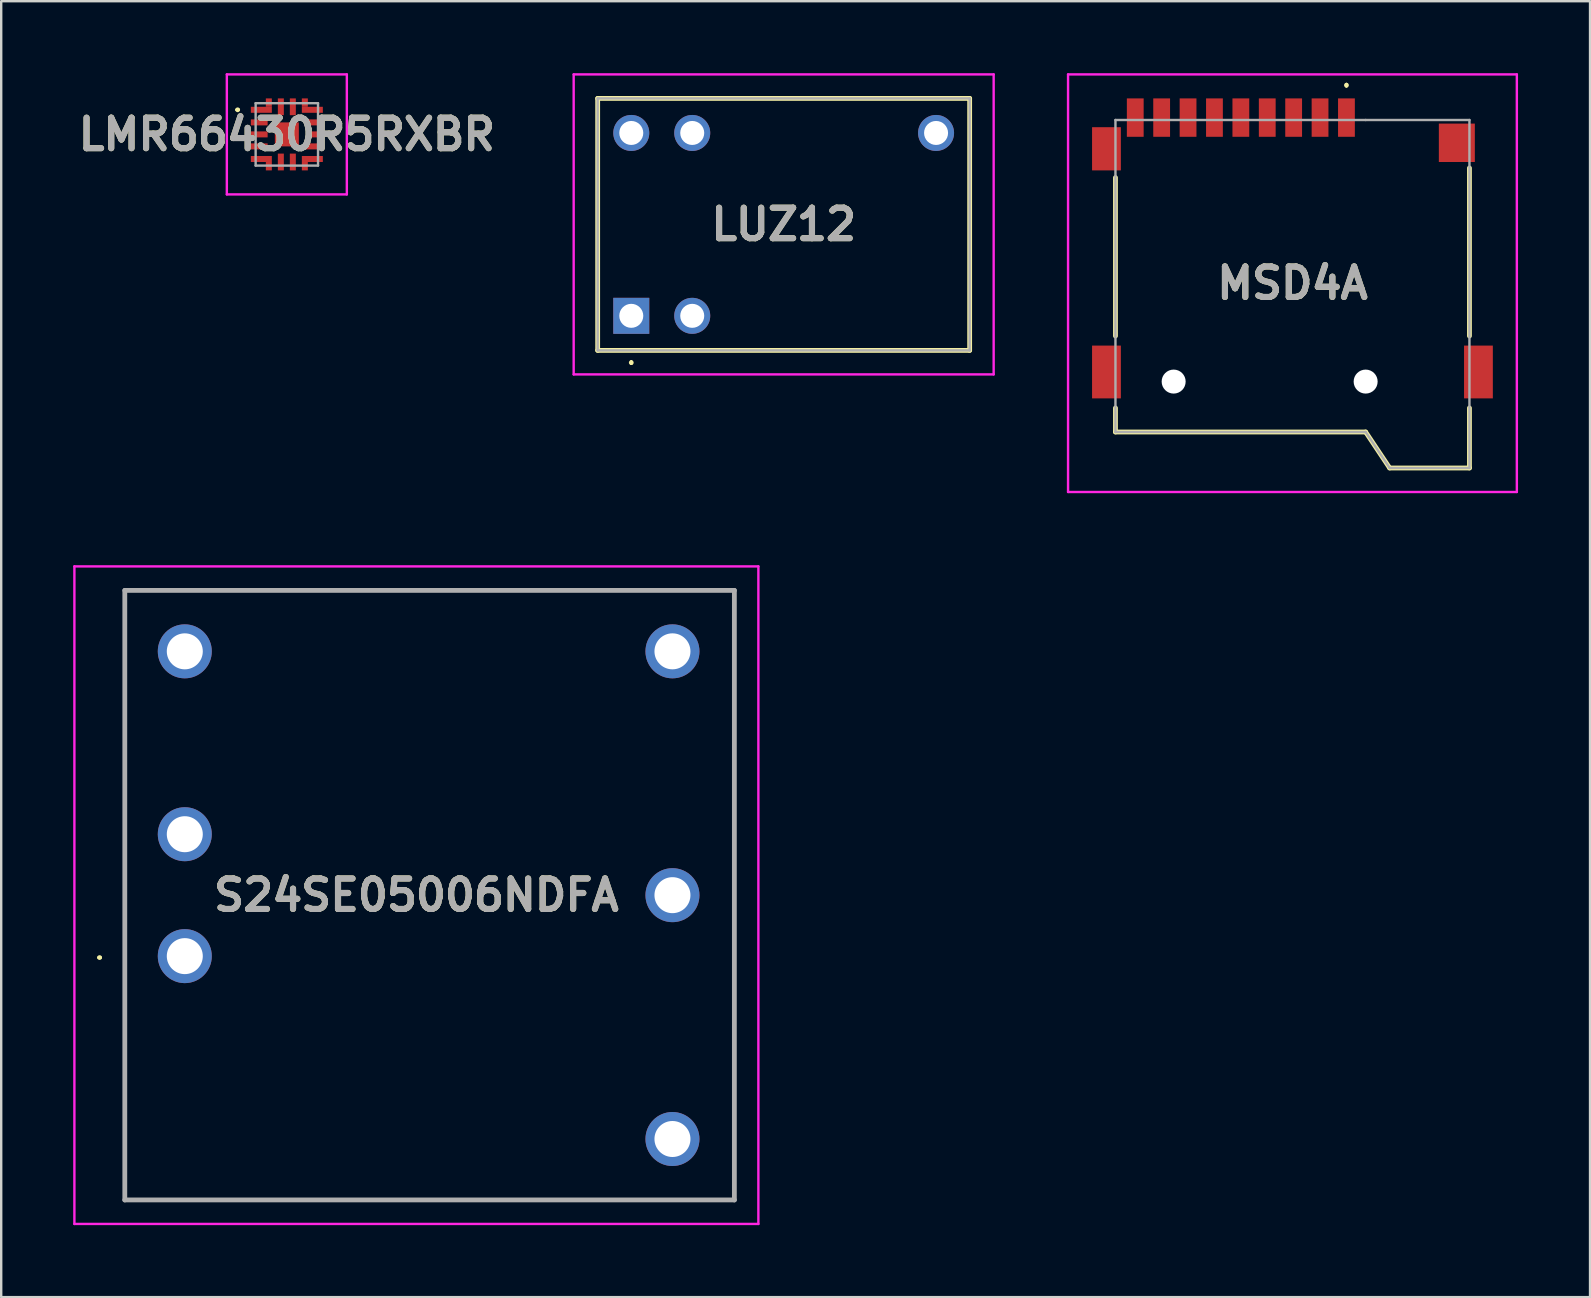
<source format=kicad_pcb>
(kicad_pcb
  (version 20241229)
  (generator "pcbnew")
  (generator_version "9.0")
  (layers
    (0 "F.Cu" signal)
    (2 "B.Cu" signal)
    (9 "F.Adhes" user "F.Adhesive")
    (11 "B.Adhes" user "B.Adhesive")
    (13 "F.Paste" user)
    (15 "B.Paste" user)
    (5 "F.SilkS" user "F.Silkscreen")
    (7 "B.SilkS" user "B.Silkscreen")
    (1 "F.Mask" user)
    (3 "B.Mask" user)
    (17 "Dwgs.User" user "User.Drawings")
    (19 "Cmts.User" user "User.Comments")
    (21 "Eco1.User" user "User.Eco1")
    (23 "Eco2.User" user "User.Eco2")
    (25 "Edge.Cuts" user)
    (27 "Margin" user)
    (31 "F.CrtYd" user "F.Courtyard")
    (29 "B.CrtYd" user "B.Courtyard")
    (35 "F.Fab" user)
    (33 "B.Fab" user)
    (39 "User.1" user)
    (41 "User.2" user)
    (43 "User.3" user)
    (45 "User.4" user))
  (footprint "S24SE05006NDFA"
    (layer "F.Cu")
    (at 14.3 34.25)
    (property "Reference" "S24SE05006NDFA" (at 0 0 0) (layer "F.SilkS") (effects (font (size 1.27 1.27) (thickness 0.254))))
    (attr through_hole)
    (fp_line (start -13.25 2.6) (end -13.25 2.6) (stroke (width 0.1) (type solid)) (layer "F.SilkS"))
    (fp_line (start -13.15 2.6) (end -13.15 2.6) (stroke (width 0.1) (type solid)) (layer "F.SilkS"))
    (fp_line (start -12.15 -12.7) (end 13.25 -12.7) (stroke (width 0.1) (type solid)) (layer "F.SilkS"))
    (fp_line (start -12.15 12.7) (end -12.15 -12.7) (stroke (width 0.1) (type solid)) (layer "F.SilkS"))
    (fp_line (start 13.25 -12.7) (end 13.25 12.7) (stroke (width 0.1) (type solid)) (layer "F.SilkS"))
    (fp_line (start 13.25 12.7) (end -12.15 12.7) (stroke (width 0.1) (type solid)) (layer "F.SilkS"))
    (fp_arc (start -13.25 2.6) (mid -13.2 2.55) (end -13.15 2.6) (stroke (width 0.1) (type solid)) (layer "F.SilkS"))
    (fp_arc (start -13.15 2.6) (mid -13.2 2.65) (end -13.25 2.6) (stroke (width 0.1) (type solid)) (layer "F.SilkS"))
    (fp_line (start -14.25 -13.7) (end 14.25 -13.7) (stroke (width 0.1) (type solid)) (layer "F.CrtYd"))
    (fp_line (start -14.25 13.7) (end -14.25 -13.7) (stroke (width 0.1) (type solid)) (layer "F.CrtYd"))
    (fp_line (start 14.25 -13.7) (end 14.25 13.7) (stroke (width 0.1) (type solid)) (layer "F.CrtYd"))
    (fp_line (start 14.25 13.7) (end -14.25 13.7) (stroke (width 0.1) (type solid)) (layer "F.CrtYd"))
    (fp_line (start -12.15 -12.7) (end 13.25 -12.7) (stroke (width 0.2) (type solid)) (layer "F.Fab"))
    (fp_line (start -12.15 12.7) (end -12.15 -12.7) (stroke (width 0.2) (type solid)) (layer "F.Fab"))
    (fp_line (start 13.25 -12.7) (end 13.25 12.7) (stroke (width 0.2) (type solid)) (layer "F.Fab"))
    (fp_line (start 13.25 12.7) (end -12.15 12.7) (stroke (width 0.2) (type solid)) (layer "F.Fab"))
    (fp_text user "${REFERENCE}" (at 0 0 0) (layer "F.Fab") (effects (font (size 1.27 1.27) (thickness 0.254))))
    (pad "1" thru_hole circle (at -9.65 2.54) (size 2.25 2.25) (drill 1.5) (layers "*.Cu" "*.Mask"))
    (pad "2" thru_hole circle (at -9.65 -2.54) (size 2.25 2.25) (drill 1.5) (layers "*.Cu" "*.Mask"))
    (pad "3" thru_hole circle (at -9.65 -10.16) (size 2.25 2.25) (drill 1.5) (layers "*.Cu" "*.Mask"))
    (pad "4" thru_hole circle (at 10.67 -10.16) (size 2.25 2.25) (drill 1.5) (layers "*.Cu" "*.Mask"))
    (pad "5" thru_hole circle (at 10.67 0) (size 2.25 2.25) (drill 1.5) (layers "*.Cu" "*.Mask"))
    (pad "6" thru_hole circle (at 10.67 10.16) (size 2.25 2.25) (drill 1.5) (layers "*.Cu" "*.Mask")))
  (footprint "MSD4A"
    (layer "F.Cu")
    (at 50.804 8.75)
    (property "Reference" "MSD4A" (at 0 0 0) (layer "F.SilkS") (effects (font (size 1.27 1.27) (thickness 0.254))))
    (attr through_hole)
    (fp_line (start -7.375 2.2) (end -7.375 -4.4) (stroke (width 0.2) (type solid)) (layer "F.SilkS"))
    (fp_line (start -7.375 6.2) (end -7.375 5.2) (stroke (width 0.2) (type solid)) (layer "F.SilkS"))
    (fp_line (start 2.25 -8.3) (end 2.25 -8.3) (stroke (width 0.1) (type solid)) (layer "F.SilkS"))
    (fp_line (start 2.25 -8.2) (end 2.25 -8.2) (stroke (width 0.1) (type solid)) (layer "F.SilkS"))
    (fp_line (start 3.05 6.2) (end -7.375 6.2) (stroke (width 0.2) (type solid)) (layer "F.SilkS"))
    (fp_line (start 4.05 7.7) (end 3.05 6.2) (stroke (width 0.2) (type solid)) (layer "F.SilkS"))
    (fp_line (start 7.375 -4.8) (end 7.375 2.2) (stroke (width 0.2) (type solid)) (layer "F.SilkS"))
    (fp_line (start 7.375 5.2) (end 7.375 7.7) (stroke (width 0.2) (type solid)) (layer "F.SilkS"))
    (fp_line (start 7.375 7.7) (end 4.05 7.7) (stroke (width 0.2) (type solid)) (layer "F.SilkS"))
    (fp_arc (start 2.25 -8.3) (mid 2.3 -8.25) (end 2.25 -8.2) (stroke (width 0.1) (type solid)) (layer "F.SilkS"))
    (fp_arc (start 2.25 -8.2) (mid 2.2 -8.25) (end 2.25 -8.3) (stroke (width 0.1) (type solid)) (layer "F.SilkS"))
    (fp_line (start -9.35 -8.7) (end 9.35 -8.7) (stroke (width 0.1) (type solid)) (layer "F.CrtYd"))
    (fp_line (start -9.35 8.7) (end -9.35 -8.7) (stroke (width 0.1) (type solid)) (layer "F.CrtYd"))
    (fp_line (start 9.35 -8.7) (end 9.35 8.7) (stroke (width 0.1) (type solid)) (layer "F.CrtYd"))
    (fp_line (start 9.35 8.7) (end -9.35 8.7) (stroke (width 0.1) (type solid)) (layer "F.CrtYd"))
    (fp_line (start -7.375 -6.8) (end -7.375 6.2) (stroke (width 0.1) (type solid)) (layer "F.Fab"))
    (fp_line (start -7.375 6.2) (end 3.05 6.2) (stroke (width 0.1) (type solid)) (layer "F.Fab"))
    (fp_line (start 3.05 -6.8) (end -7.375 -6.8) (stroke (width 0.1) (type solid)) (layer "F.Fab"))
    (fp_line (start 3.05 6.2) (end 4.05 7.7) (stroke (width 0.1) (type solid)) (layer "F.Fab"))
    (fp_line (start 4.05 7.7) (end 7.375 7.7) (stroke (width 0.1) (type solid)) (layer "F.Fab"))
    (fp_line (start 7.375 -6.8) (end 3.05 -6.8) (stroke (width 0.1) (type solid)) (layer "F.Fab"))
    (fp_line (start 7.375 7.7) (end 7.375 -6.8) (stroke (width 0.1) (type solid)) (layer "F.Fab"))
    (fp_text user "${REFERENCE}" (at 0 0 0) (layer "F.Fab") (effects (font (size 1.27 1.27) (thickness 0.254))))
    (pad "" np_thru_hole circle (at -4.95 4.1) (size 1 1) (drill 1) (layers "*.Cu" "*.Mask"))
    (pad "" np_thru_hole circle (at 3.05 4.1) (size 1 1) (drill 1) (layers "*.Cu" "*.Mask"))
    (pad "1" smd rect (at 2.25 -6.9) (size 0.7 1.6) (layers "F.Cu" "F.Mask" "F.Paste"))
    (pad "2" smd rect (at 1.15 -6.9) (size 0.7 1.6) (layers "F.Cu" "F.Mask" "F.Paste"))
    (pad "3" smd rect (at 0.05 -6.9) (size 0.7 1.6) (layers "F.Cu" "F.Mask" "F.Paste"))
    (pad "4" smd rect (at -1.05 -6.9) (size 0.7 1.6) (layers "F.Cu" "F.Mask" "F.Paste"))
    (pad "5" smd rect (at -2.15 -6.9) (size 0.7 1.6) (layers "F.Cu" "F.Mask" "F.Paste"))
    (pad "6" smd rect (at -3.25 -6.9) (size 0.7 1.6) (layers "F.Cu" "F.Mask" "F.Paste"))
    (pad "7" smd rect (at -4.35 -6.9) (size 0.7 1.6) (layers "F.Cu" "F.Mask" "F.Paste"))
    (pad "8" smd rect (at -5.45 -6.9) (size 0.7 1.6) (layers "F.Cu" "F.Mask" "F.Paste"))
    (pad "CD1" smd rect (at -6.55 -6.9) (size 0.7 1.6) (layers "F.Cu" "F.Mask" "F.Paste"))
    (pad "G1" smd rect (at 6.85 -5.85) (size 1.5 1.6) (layers "F.Cu" "F.Mask" "F.Paste"))
    (pad "G2" smd rect (at 7.75 3.7) (size 1.2 2.2) (layers "F.Cu" "F.Mask" "F.Paste"))
    (pad "G3" smd rect (at -7.75 3.7) (size 1.2 2.2) (layers "F.Cu" "F.Mask" "F.Paste"))
    (pad "G4" smd rect (at -7.75 -5.6) (size 1.2 1.8) (layers "F.Cu" "F.Mask" "F.Paste")))
  (footprint "LUZ12"
    (layer "F.Cu")
    (at 23.254 10.11)
    (property "Reference" "LUZ12" (at 6.35 -3.81 0) (layer "F.SilkS") (effects (font (size 1.27 1.27) (thickness 0.254))))
    (attr through_hole)
    (fp_line (start -1.4 -9.06) (end -1.4 1.44) (stroke (width 0.2) (type solid)) (layer "F.SilkS"))
    (fp_line (start -1.4 1.44) (end 14.1 1.44) (stroke (width 0.2) (type solid)) (layer "F.SilkS"))
    (fp_line (start 0 1.9) (end 0 1.9) (stroke (width 0.1) (type solid)) (layer "F.SilkS"))
    (fp_line (start 0 2) (end 0 2) (stroke (width 0.1) (type solid)) (layer "F.SilkS"))
    (fp_line (start 14.1 -9.06) (end -1.4 -9.06) (stroke (width 0.2) (type solid)) (layer "F.SilkS"))
    (fp_line (start 14.1 1.44) (end 14.1 -9.06) (stroke (width 0.2) (type solid)) (layer "F.SilkS"))
    (fp_arc (start 0 1.9) (mid 0.05 1.95) (end 0 2) (stroke (width 0.1) (type solid)) (layer "F.SilkS"))
    (fp_arc (start 0 2) (mid -0.05 1.95) (end 0 1.9) (stroke (width 0.1) (type solid)) (layer "F.SilkS"))
    (fp_line (start -2.4 -10.06) (end -2.4 2.44) (stroke (width 0.1) (type solid)) (layer "F.CrtYd"))
    (fp_line (start -2.4 2.44) (end 15.1 2.44) (stroke (width 0.1) (type solid)) (layer "F.CrtYd"))
    (fp_line (start 15.1 -10.06) (end -2.4 -10.06) (stroke (width 0.1) (type solid)) (layer "F.CrtYd"))
    (fp_line (start 15.1 2.44) (end 15.1 -10.06) (stroke (width 0.1) (type solid)) (layer "F.CrtYd"))
    (fp_line (start -1.4 -9.06) (end -1.4 1.44) (stroke (width 0.1) (type solid)) (layer "F.Fab"))
    (fp_line (start -1.4 1.44) (end 14.1 1.44) (stroke (width 0.1) (type solid)) (layer "F.Fab"))
    (fp_line (start 14.1 -9.06) (end -1.4 -9.06) (stroke (width 0.1) (type solid)) (layer "F.Fab"))
    (fp_line (start 14.1 1.44) (end 14.1 -9.06) (stroke (width 0.1) (type solid)) (layer "F.Fab"))
    (fp_text user "${REFERENCE}" (at 6.35 -3.81 0) (layer "F.Fab") (effects (font (size 1.27 1.27) (thickness 0.254))))
    (pad "1" thru_hole rect (at 0 0) (size 1.5 1.5) (drill 1) (layers "*.Cu" "*.Mask"))
    (pad "2" thru_hole circle (at 2.54 0) (size 1.5 1.5) (drill 1) (layers "*.Cu" "*.Mask"))
    (pad "3" thru_hole circle (at 12.7 -7.62) (size 1.5 1.5) (drill 1) (layers "*.Cu" "*.Mask"))
    (pad "4" thru_hole circle (at 2.54 -7.62) (size 1.5 1.5) (drill 1) (layers "*.Cu" "*.Mask"))
    (pad "5" thru_hole circle (at 0 -7.62) (size 1.5 1.5) (drill 1) (layers "*.Cu" "*.Mask")))
  (footprint "LMR66430R5RXBR"
    (layer "F.Cu")
    (at 8.902 2.55)
    (property "Reference" "LMR66430R5RXBR" (at 0 0 0) (layer "F.SilkS") (effects (font (size 1.27 1.27) (thickness 0.254))))
    (attr smd)
    (fp_line (start -2.1 -1.025) (end -2.1 -1.025) (stroke (width 0.1) (type solid)) (layer "F.SilkS"))
    (fp_line (start -2 -1.025) (end -2 -1.025) (stroke (width 0.1) (type solid)) (layer "F.SilkS"))
    (fp_arc (start -2.1 -1.025) (mid -2.05 -1.075) (end -2 -1.025) (stroke (width 0.1) (type solid)) (layer "F.SilkS"))
    (fp_arc (start -2 -1.025) (mid -2.05 -0.975) (end -2.1 -1.025) (stroke (width 0.1) (type solid)) (layer "F.SilkS"))
    (fp_line (start -2.5 -2.5) (end 2.5 -2.5) (stroke (width 0.1) (type solid)) (layer "F.CrtYd"))
    (fp_line (start -2.5 2.5) (end -2.5 -2.5) (stroke (width 0.1) (type solid)) (layer "F.CrtYd"))
    (fp_line (start 2.5 -2.5) (end 2.5 2.5) (stroke (width 0.1) (type solid)) (layer "F.CrtYd"))
    (fp_line (start 2.5 2.5) (end -2.5 2.5) (stroke (width 0.1) (type solid)) (layer "F.CrtYd"))
    (fp_line (start -1.3 -1.3) (end 1.3 -1.3) (stroke (width 0.1) (type solid)) (layer "F.Fab"))
    (fp_line (start -1.3 1.3) (end -1.3 -1.3) (stroke (width 0.1) (type solid)) (layer "F.Fab"))
    (fp_line (start 1.3 -1.3) (end 1.3 1.3) (stroke (width 0.1) (type solid)) (layer "F.Fab"))
    (fp_line (start 1.3 1.3) (end -1.3 1.3) (stroke (width 0.1) (type solid)) (layer "F.Fab"))
    (fp_text user "${REFERENCE}" (at 0 0 0) (layer "F.Fab") (effects (font (size 1.27 1.27) (thickness 0.254))))
    (pad "1" smd rect (at -1.062 -1.025 90) (size 0.25 0.875) (layers "F.Cu" "F.Mask" "F.Paste"))
    (pad "2" smd rect (at -1.15 -0.5 90) (size 0.25 0.7) (layers "F.Cu" "F.Mask" "F.Paste"))
    (pad "3" smd rect (at -1.15 0 90) (size 0.25 0.7) (layers "F.Cu" "F.Mask" "F.Paste"))
    (pad "4" smd rect (at -1.15 0.5 90) (size 0.25 0.7) (layers "F.Cu" "F.Mask" "F.Paste"))
    (pad "5" smd rect (at -1.062 1.025 90) (size 0.25 0.875) (layers "F.Cu" "F.Mask" "F.Paste"))
    (pad "6" smd rect (at -0.25 1.15) (size 0.25 0.7) (layers "F.Cu" "F.Mask" "F.Paste"))
    (pad "7" smd rect (at 0.25 1.15) (size 0.25 0.7) (layers "F.Cu" "F.Mask" "F.Paste"))
    (pad "8" smd rect (at 1.063 1.025 90) (size 0.25 0.875) (layers "F.Cu" "F.Mask" "F.Paste"))
    (pad "9" smd rect (at 1.15 0.5 90) (size 0.25 0.7) (layers "F.Cu" "F.Mask" "F.Paste"))
    (pad "10" smd rect (at 1.15 0 90) (size 0.25 0.7) (layers "F.Cu" "F.Mask" "F.Paste"))
    (pad "11" smd rect (at 1.15 -0.5 90) (size 0.25 0.7) (layers "F.Cu" "F.Mask" "F.Paste"))
    (pad "12" smd rect (at 1.063 -1.025 90) (size 0.25 0.875) (layers "F.Cu" "F.Mask" "F.Paste"))
    (pad "13" smd rect (at 0.25 -1.15) (size 0.25 0.7) (layers "F.Cu" "F.Mask" "F.Paste"))
    (pad "14" smd rect (at -0.25 -1.15) (size 0.25 0.7) (layers "F.Cu" "F.Mask" "F.Paste"))
    (pad "15" smd rect (at 0 0) (size 1 1) (layers "F.Cu" "F.Mask" "F.Paste"))
    (pad "16" smd rect (at -0.75 -1.325) (size 0.25 0.35) (layers "F.Cu" "F.Mask" "F.Paste"))
    (pad "17" smd rect (at -0.75 1.325) (size 0.25 0.35) (layers "F.Cu" "F.Mask" "F.Paste"))
    (pad "18" smd rect (at 0.75 1.325) (size 0.25 0.35) (layers "F.Cu" "F.Mask" "F.Paste"))
    (pad "19" smd rect (at 0.75 -1.325) (size 0.25 0.35) (layers "F.Cu" "F.Mask" "F.Paste")))
  (gr_rect
    (start -3 -3)
    (end 63.204 51)
    (stroke (width 0.1) (type default))
    (fill no)
    (layer "Edge.Cuts")))
</source>
